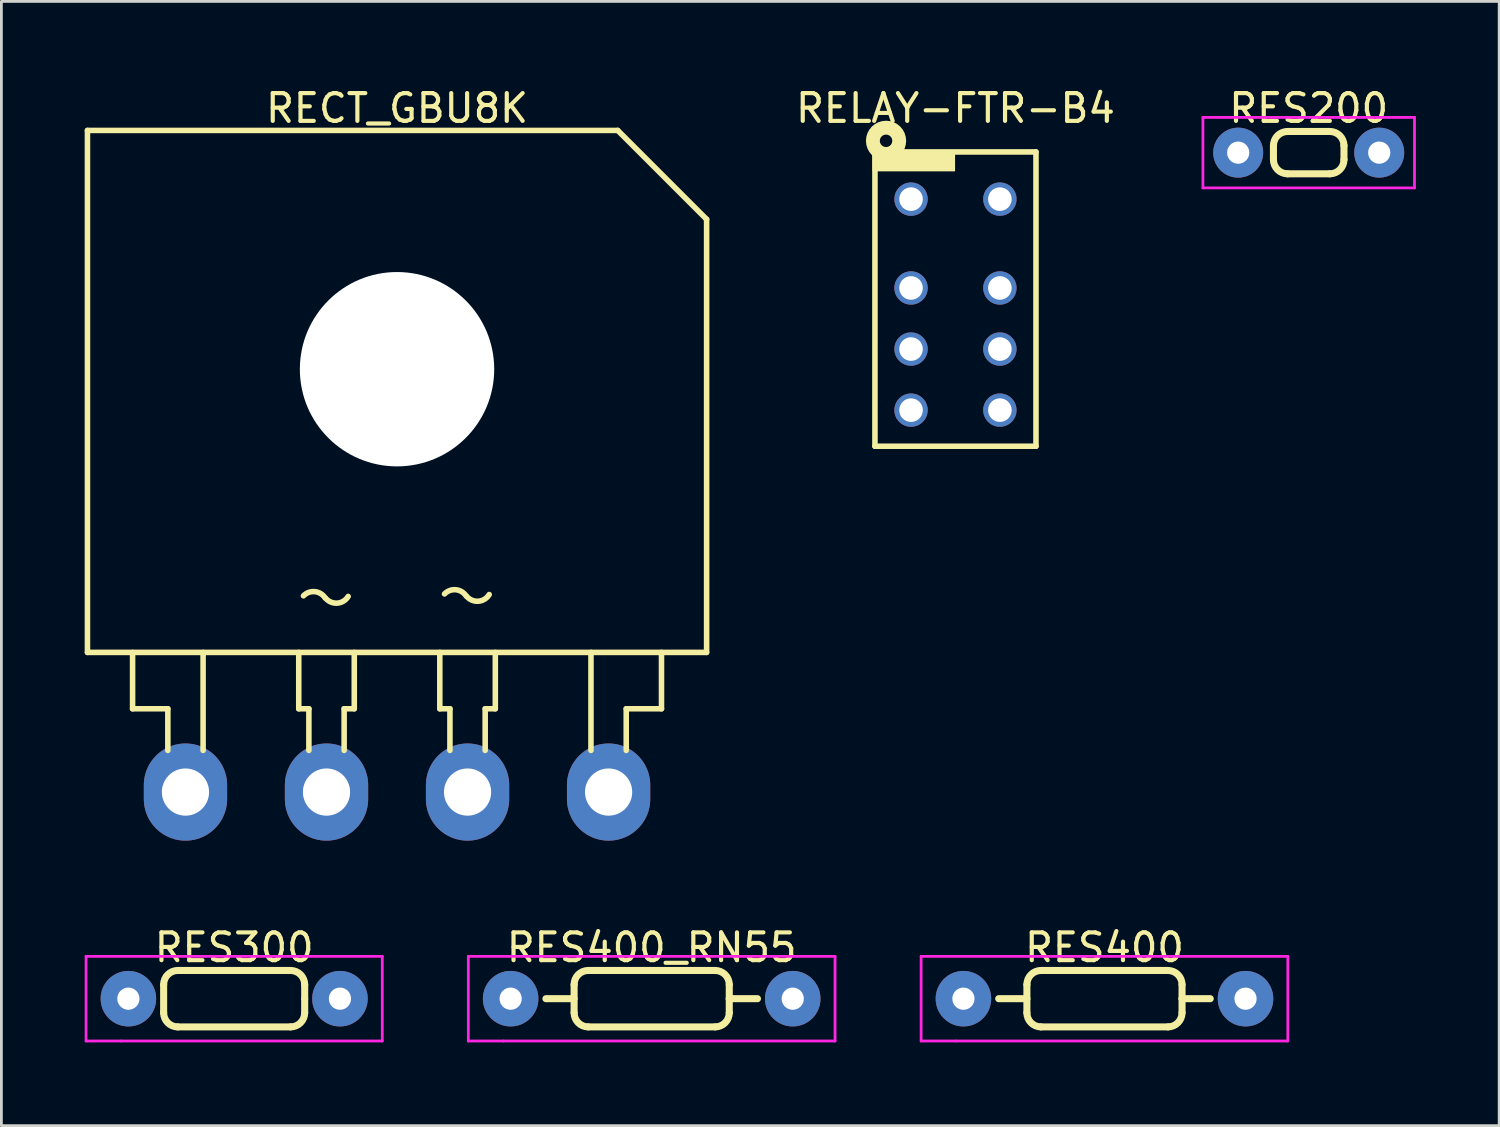
<source format=kicad_pcb>
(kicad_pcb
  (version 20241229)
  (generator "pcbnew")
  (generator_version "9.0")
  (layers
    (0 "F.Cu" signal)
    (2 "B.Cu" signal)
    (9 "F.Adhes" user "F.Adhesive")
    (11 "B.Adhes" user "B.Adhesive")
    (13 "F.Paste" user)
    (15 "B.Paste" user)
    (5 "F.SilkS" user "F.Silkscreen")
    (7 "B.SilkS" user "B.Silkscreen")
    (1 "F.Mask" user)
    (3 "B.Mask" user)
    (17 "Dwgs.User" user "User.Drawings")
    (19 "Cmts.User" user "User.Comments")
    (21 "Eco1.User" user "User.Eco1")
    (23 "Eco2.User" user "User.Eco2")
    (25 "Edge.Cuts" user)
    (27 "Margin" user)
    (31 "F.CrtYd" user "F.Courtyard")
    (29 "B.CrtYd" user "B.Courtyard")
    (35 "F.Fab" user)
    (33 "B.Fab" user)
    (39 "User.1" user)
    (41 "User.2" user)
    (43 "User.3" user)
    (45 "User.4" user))
  (footprint "RES400_RN55"
    (layer "F.Cu")
    (at 20.422 32.92)
    (property "Reference" "RES400_RN55" (at 0 -1.843 0) (layer "F.SilkS") (effects (font (size 1 1) (thickness 0.15))))
    (fp_line (start -3.81 0) (end -2.794 0) (stroke (width 0.254) (type solid)) (layer "F.SilkS"))
    (fp_line (start -2.794 0.508) (end -2.794 -0.508) (stroke (width 0.254) (type solid)) (layer "F.SilkS"))
    (fp_line (start -2.286 -1.016) (end 2.286 -1.016) (stroke (width 0.254) (type solid)) (layer "F.SilkS"))
    (fp_line (start -2.286 1.016) (end 2.286 1.016) (stroke (width 0.254) (type solid)) (layer "F.SilkS"))
    (fp_line (start 2.794 0) (end 2.794 -0.508) (stroke (width 0.254) (type solid)) (layer "F.SilkS"))
    (fp_line (start 2.794 0) (end 3.81 0) (stroke (width 0.254) (type solid)) (layer "F.SilkS"))
    (fp_line (start 2.794 0.508) (end 2.794 0) (stroke (width 0.254) (type solid)) (layer "F.SilkS"))
    (fp_arc (start -2.794 -0.508) (mid -2.64521 -0.86721) (end -2.286 -1.016) (stroke (width 0.254) (type solid)) (layer "F.SilkS"))
    (fp_arc (start -2.286 1.016) (mid -2.64521 0.86721) (end -2.794 0.508) (stroke (width 0.254) (type solid)) (layer "F.SilkS"))
    (fp_arc (start 2.286 -1.016) (mid 2.64521 -0.86721) (end 2.794 -0.508) (stroke (width 0.254) (type solid)) (layer "F.SilkS"))
    (fp_arc (start 2.794 0.508) (mid 2.64521 0.86721) (end 2.286 1.016) (stroke (width 0.254) (type solid)) (layer "F.SilkS"))
    (fp_line (start -6.604 -1.524) (end 6.604 -1.524) (stroke (width 0.1) (type solid)) (layer "F.CrtYd"))
    (fp_line (start -6.604 1.524) (end -6.604 -1.524) (stroke (width 0.1) (type solid)) (layer "F.CrtYd"))
    (fp_line (start -6.604 1.524) (end -5.334 1.524) (stroke (width 0.1) (type solid)) (layer "F.CrtYd"))
    (fp_line (start -5.334 1.524) (end 6.604 1.524) (stroke (width 0.1) (type solid)) (layer "F.CrtYd"))
    (fp_line (start 6.604 1.524) (end 6.604 -1.524) (stroke (width 0.1) (type solid)) (layer "F.CrtYd"))
    (pad "1" thru_hole circle (at -5.08 0) (size 2 2) (drill 0.8) (layers "*.Cu" "*.Mask"))
    (pad "2" thru_hole circle (at 5.08 0) (size 2 2) (drill 0.8) (layers "*.Cu" "*.Mask")))
  (footprint "RES200"
    (layer "F.Cu")
    (at 44.086 2.448)
    (property "Reference" "RES200" (at 0 -1.6 0) (layer "F.SilkS") (effects (font (size 1 1) (thickness 0.15))))
    (fp_line (start -1.27 0.254) (end -1.27 -0.254) (stroke (width 0.254) (type solid)) (layer "F.SilkS"))
    (fp_line (start -0.762 -0.762) (end 0.762 -0.762) (stroke (width 0.254) (type solid)) (layer "F.SilkS"))
    (fp_line (start -0.762 0.762) (end 0.762 0.762) (stroke (width 0.254) (type solid)) (layer "F.SilkS"))
    (fp_line (start 1.27 0.254) (end 1.27 -0.254) (stroke (width 0.254) (type solid)) (layer "F.SilkS"))
    (fp_arc (start -1.27 -0.254) (mid -1.12121 -0.61321) (end -0.762 -0.762) (stroke (width 0.254) (type solid)) (layer "F.SilkS"))
    (fp_arc (start -0.762 0.762) (mid -1.12121 0.61321) (end -1.27 0.254) (stroke (width 0.254) (type solid)) (layer "F.SilkS"))
    (fp_arc (start 0.762 -0.762) (mid 1.12121 -0.61321) (end 1.27 -0.254) (stroke (width 0.254) (type solid)) (layer "F.SilkS"))
    (fp_arc (start 1.27 0.254) (mid 1.12121 0.61321) (end 0.762 0.762) (stroke (width 0.254) (type solid)) (layer "F.SilkS"))
    (fp_line (start -3.81 -1.27) (end 3.81 -1.27) (stroke (width 0.1) (type solid)) (layer "F.CrtYd"))
    (fp_line (start -3.81 1.27) (end -3.81 -1.27) (stroke (width 0.1) (type solid)) (layer "F.CrtYd"))
    (fp_line (start -3.81 1.27) (end 3.81 1.27) (stroke (width 0.1) (type solid)) (layer "F.CrtYd"))
    (fp_line (start 3.81 1.27) (end 3.81 -1.27) (stroke (width 0.1) (type solid)) (layer "F.CrtYd"))
    (pad "1" thru_hole circle (at -2.54 0) (size 1.8 1.8) (drill 0.8) (layers "*.Cu" "*.Mask"))
    (pad "2" thru_hole circle (at 2.54 0) (size 1.8 1.8) (drill 0.8) (layers "*.Cu" "*.Mask")))
  (footprint "RELAY-FTR-B4"
    (layer "F.Cu")
    (at 29.763 4.122)
    (property "Reference" "RELAY-FTR-B4" (at 1.6 -3.274 0) (layer "F.SilkS") (effects (font (size 1 1) (thickness 0.15))))
    (fp_line (start -1.3 -1.7) (end 4.5 -1.7) (stroke (width 0.2) (type solid)) (layer "F.SilkS"))
    (fp_line (start -1.3 8.9) (end -1.3 -1.7) (stroke (width 0.2) (type solid)) (layer "F.SilkS"))
    (fp_line (start -1.3 8.9) (end 4.5 8.9) (stroke (width 0.2) (type solid)) (layer "F.SilkS"))
    (fp_line (start 4.5 8.9) (end 4.5 -1.7) (stroke (width 0.2) (type solid)) (layer "F.SilkS"))
    (fp_circle (center -0.9 -2.1) (end -0.9 -2.324) (stroke (width 0.5) (type solid)) (fill no) (layer "F.SilkS"))
    (fp_poly (pts (xy 1.586 -1.7) (xy 1.586 -1) (xy -1.386 -1) (xy -1.386 -1.7)) (stroke (width 0) (type default)) (fill yes) (layer "F.SilkS"))
    (pad "1" thru_hole circle (at 0 0) (size 1.2 1.2) (drill 0.85) (layers "*.Cu" "*.Mask"))
    (pad "2" thru_hole circle (at 0 3.2) (size 1.2 1.2) (drill 0.85) (layers "*.Cu" "*.Mask"))
    (pad "3" thru_hole circle (at 0 5.4) (size 1.2 1.2) (drill 0.85) (layers "*.Cu" "*.Mask"))
    (pad "4" thru_hole circle (at 0 7.6) (size 1.2 1.2) (drill 0.85) (layers "*.Cu" "*.Mask"))
    (pad "5" thru_hole circle (at 3.2 7.6) (size 1.2 1.2) (drill 0.85) (layers "*.Cu" "*.Mask"))
    (pad "6" thru_hole circle (at 3.2 5.4) (size 1.2 1.2) (drill 0.85) (layers "*.Cu" "*.Mask"))
    (pad "7" thru_hole circle (at 3.2 3.2) (size 1.2 1.2) (drill 0.85) (layers "*.Cu" "*.Mask"))
    (pad "8" thru_hole circle (at 3.2 0) (size 1.2 1.2) (drill 0.85) (layers "*.Cu" "*.Mask")))
  (footprint "RES400"
    (layer "F.Cu")
    (at 36.73 32.92)
    (property "Reference" "RES400" (at 0 -1.843 0) (layer "F.SilkS") (effects (font (size 1 1) (thickness 0.15))))
    (fp_line (start -3.81 0) (end -2.794 0) (stroke (width 0.254) (type solid)) (layer "F.SilkS"))
    (fp_line (start -2.794 0.508) (end -2.794 -0.508) (stroke (width 0.254) (type solid)) (layer "F.SilkS"))
    (fp_line (start -2.286 -1.016) (end 2.286 -1.016) (stroke (width 0.254) (type solid)) (layer "F.SilkS"))
    (fp_line (start -2.286 1.016) (end 2.286 1.016) (stroke (width 0.254) (type solid)) (layer "F.SilkS"))
    (fp_line (start 2.794 0) (end 2.794 -0.508) (stroke (width 0.254) (type solid)) (layer "F.SilkS"))
    (fp_line (start 2.794 0) (end 3.81 0) (stroke (width 0.254) (type solid)) (layer "F.SilkS"))
    (fp_line (start 2.794 0.508) (end 2.794 0) (stroke (width 0.254) (type solid)) (layer "F.SilkS"))
    (fp_arc (start -2.794 -0.508) (mid -2.64521 -0.86721) (end -2.286 -1.016) (stroke (width 0.254) (type solid)) (layer "F.SilkS"))
    (fp_arc (start -2.286 1.016) (mid -2.64521 0.86721) (end -2.794 0.508) (stroke (width 0.254) (type solid)) (layer "F.SilkS"))
    (fp_arc (start 2.286 -1.016) (mid 2.64521 -0.86721) (end 2.794 -0.508) (stroke (width 0.254) (type solid)) (layer "F.SilkS"))
    (fp_arc (start 2.794 0.508) (mid 2.64521 0.86721) (end 2.286 1.016) (stroke (width 0.254) (type solid)) (layer "F.SilkS"))
    (fp_line (start -6.604 -1.524) (end 6.604 -1.524) (stroke (width 0.1) (type solid)) (layer "F.CrtYd"))
    (fp_line (start -6.604 1.524) (end -6.604 -1.524) (stroke (width 0.1) (type solid)) (layer "F.CrtYd"))
    (fp_line (start -6.604 1.524) (end -5.334 1.524) (stroke (width 0.1) (type solid)) (layer "F.CrtYd"))
    (fp_line (start -5.334 1.524) (end 6.604 1.524) (stroke (width 0.1) (type solid)) (layer "F.CrtYd"))
    (fp_line (start 6.604 1.524) (end 6.604 -1.524) (stroke (width 0.1) (type solid)) (layer "F.CrtYd"))
    (pad "1" thru_hole circle (at -5.08 0) (size 2 2) (drill 0.8) (layers "*.Cu" "*.Mask"))
    (pad "2" thru_hole circle (at 5.08 0) (size 2 2) (drill 0.8) (layers "*.Cu" "*.Mask")))
  (footprint "RES300"
    (layer "F.Cu")
    (at 5.384 32.92)
    (property "Reference" "RES300" (at 0 -1.843 0) (layer "F.SilkS") (effects (font (size 1 1) (thickness 0.15))))
    (fp_line (start -2.54 0.508) (end -2.54 -0.508) (stroke (width 0.254) (type solid)) (layer "F.SilkS"))
    (fp_line (start -2.032 -1.016) (end 2.032 -1.016) (stroke (width 0.254) (type solid)) (layer "F.SilkS"))
    (fp_line (start -2.032 1.016) (end 2.032 1.016) (stroke (width 0.254) (type solid)) (layer "F.SilkS"))
    (fp_line (start 2.54 0) (end 2.54 -0.508) (stroke (width 0.254) (type solid)) (layer "F.SilkS"))
    (fp_line (start 2.54 0.508) (end 2.54 0) (stroke (width 0.254) (type solid)) (layer "F.SilkS"))
    (fp_arc (start -2.54 -0.508) (mid -2.39121 -0.86721) (end -2.032 -1.016) (stroke (width 0.254) (type solid)) (layer "F.SilkS"))
    (fp_arc (start -2.032 1.016) (mid -2.39121 0.86721) (end -2.54 0.508) (stroke (width 0.254) (type solid)) (layer "F.SilkS"))
    (fp_arc (start 2.032 -1.016) (mid 2.39121 -0.86721) (end 2.54 -0.508) (stroke (width 0.254) (type solid)) (layer "F.SilkS"))
    (fp_arc (start 2.54 0.508) (mid 2.39121 0.86721) (end 2.032 1.016) (stroke (width 0.254) (type solid)) (layer "F.SilkS"))
    (fp_line (start -5.334 -1.524) (end 5.334 -1.524) (stroke (width 0.1) (type solid)) (layer "F.CrtYd"))
    (fp_line (start -5.334 1.524) (end -5.334 -1.524) (stroke (width 0.1) (type solid)) (layer "F.CrtYd"))
    (fp_line (start -5.334 1.524) (end -4.064 1.524) (stroke (width 0.1) (type solid)) (layer "F.CrtYd"))
    (fp_line (start -4.064 1.524) (end 5.334 1.524) (stroke (width 0.1) (type solid)) (layer "F.CrtYd"))
    (fp_line (start 5.334 1.524) (end 5.334 -1.524) (stroke (width 0.1) (type solid)) (layer "F.CrtYd"))
    (pad "1" thru_hole circle (at -3.81 0) (size 2 2) (drill 0.8) (layers "*.Cu" "*.Mask"))
    (pad "2" thru_hole circle (at 3.81 0) (size 2 2) (drill 0.8) (layers "*.Cu" "*.Mask")))
  (footprint "RECT_GBU8K"
    (layer "F.Cu")
    (at 11.25 10.248)
    (property "Reference" "RECT_GBU8K" (at 0 -9.4 0) (layer "F.SilkS") (effects (font (size 1 1) (thickness 0.15))))
    (fp_line (start -11.15 -8.6) (end 7.95 -8.6) (stroke (width 0.2) (type solid)) (layer "F.SilkS"))
    (fp_line (start -11.15 10.2) (end -11.15 -8.6) (stroke (width 0.2) (type solid)) (layer "F.SilkS"))
    (fp_line (start -11.15 10.2) (end 11.15 10.2) (stroke (width 0.2) (type solid)) (layer "F.SilkS"))
    (fp_line (start -9.525 12.23) (end -9.525 10.2) (stroke (width 0.2) (type solid)) (layer "F.SilkS"))
    (fp_line (start -9.525 12.23) (end -8.255 12.23) (stroke (width 0.2) (type solid)) (layer "F.SilkS"))
    (fp_line (start -8.255 13.73) (end -8.255 12.23) (stroke (width 0.2) (type solid)) (layer "F.SilkS"))
    (fp_line (start -6.985 13.73) (end -6.985 10.2) (stroke (width 0.2) (type solid)) (layer "F.SilkS"))
    (fp_line (start -3.54 12.23) (end -3.54 10.2) (stroke (width 0.2) (type solid)) (layer "F.SilkS"))
    (fp_line (start -3.54 12.23) (end -3.175 12.23) (stroke (width 0.2) (type solid)) (layer "F.SilkS"))
    (fp_line (start -3.175 13.73) (end -3.175 12.23) (stroke (width 0.2) (type solid)) (layer "F.SilkS"))
    (fp_line (start -1.905 12.23) (end -1.54 12.23) (stroke (width 0.2) (type solid)) (layer "F.SilkS"))
    (fp_line (start -1.905 13.73) (end -1.905 12.23) (stroke (width 0.2) (type solid)) (layer "F.SilkS"))
    (fp_line (start -1.54 12.23) (end -1.54 10.2) (stroke (width 0.2) (type solid)) (layer "F.SilkS"))
    (fp_line (start 1.54 12.23) (end 1.54 10.2) (stroke (width 0.2) (type solid)) (layer "F.SilkS"))
    (fp_line (start 1.54 12.23) (end 1.905 12.23) (stroke (width 0.2) (type solid)) (layer "F.SilkS"))
    (fp_line (start 1.905 13.73) (end 1.905 12.23) (stroke (width 0.2) (type solid)) (layer "F.SilkS"))
    (fp_line (start 3.175 12.23) (end 3.54 12.23) (stroke (width 0.2) (type solid)) (layer "F.SilkS"))
    (fp_line (start 3.175 13.73) (end 3.175 12.23) (stroke (width 0.2) (type solid)) (layer "F.SilkS"))
    (fp_line (start 3.54 12.23) (end 3.54 10.2) (stroke (width 0.2) (type solid)) (layer "F.SilkS"))
    (fp_line (start 6.985 13.73) (end 6.985 10.2) (stroke (width 0.2) (type solid)) (layer "F.SilkS"))
    (fp_line (start 7.95 -8.6) (end 11.15 -5.4) (stroke (width 0.2) (type solid)) (layer "F.SilkS"))
    (fp_line (start 8.255 12.23) (end 9.525 12.23) (stroke (width 0.2) (type solid)) (layer "F.SilkS"))
    (fp_line (start 8.255 13.73) (end 8.255 12.23) (stroke (width 0.2) (type solid)) (layer "F.SilkS"))
    (fp_line (start 9.525 12.23) (end 9.525 10.2) (stroke (width 0.2) (type solid)) (layer "F.SilkS"))
    (fp_line (start 11.15 10.2) (end 11.15 -5.4) (stroke (width 0.2) (type solid)) (layer "F.SilkS"))
    (fp_arc (start -3.370159 8.161773) (mid -2.966279 8.010645) (end -2.595009 8.230003) (stroke (width 0.2) (type solid)) (layer "F.SilkS"))
    (fp_arc (start -1.760113 8.183717) (mid -2.148106 8.424806) (end -2.570114 8.249959) (stroke (width 0.2) (type solid)) (layer "F.SilkS"))
    (fp_arc (start 1.709851 8.093543) (mid 2.113731 7.942415) (end 2.485001 8.161773) (stroke (width 0.2) (type solid)) (layer "F.SilkS"))
    (fp_arc (start 3.319887 8.115487) (mid 2.931894 8.356576) (end 2.509886 8.181729) (stroke (width 0.2) (type solid)) (layer "F.SilkS"))
    (fp_line (start -11.15 -8.6) (end 7.95 -8.6) (stroke (width 0.1) (type solid)) (layer "Eco2.User"))
    (fp_line (start -11.15 10.2) (end -11.15 -8.6) (stroke (width 0.1) (type solid)) (layer "Eco2.User"))
    (fp_line (start -11.15 10.2) (end 11.15 10.2) (stroke (width 0.1) (type solid)) (layer "Eco2.User"))
    (fp_line (start -9.525 12.23) (end -9.525 10.2) (stroke (width 0.1) (type solid)) (layer "Eco2.User"))
    (fp_line (start -9.525 12.23) (end -8.255 12.23) (stroke (width 0.1) (type solid)) (layer "Eco2.User"))
    (fp_line (start -8.255 15.51) (end -8.255 12.23) (stroke (width 0.1) (type solid)) (layer "Eco2.User"))
    (fp_line (start -8.255 15.51) (end -6.985 15.51) (stroke (width 0.1) (type solid)) (layer "Eco2.User"))
    (fp_line (start -6.985 15.51) (end -6.985 10.2) (stroke (width 0.1) (type solid)) (layer "Eco2.User"))
    (fp_line (start -3.54 12.23) (end -3.54 10.2) (stroke (width 0.1) (type solid)) (layer "Eco2.User"))
    (fp_line (start -3.54 12.23) (end -3.175 12.23) (stroke (width 0.1) (type solid)) (layer "Eco2.User"))
    (fp_line (start -3.175 15.51) (end -3.175 12.23) (stroke (width 0.1) (type solid)) (layer "Eco2.User"))
    (fp_line (start -3.175 15.51) (end -1.905 15.51) (stroke (width 0.1) (type solid)) (layer "Eco2.User"))
    (fp_line (start -1.905 12.23) (end -1.54 12.23) (stroke (width 0.1) (type solid)) (layer "Eco2.User"))
    (fp_line (start -1.905 15.51) (end -1.905 12.23) (stroke (width 0.1) (type solid)) (layer "Eco2.User"))
    (fp_line (start -1.9 0.95) (end -1.9 -0.95) (stroke (width 0.1) (type solid)) (layer "Eco2.User"))
    (fp_line (start -1.54 12.23) (end -1.54 10.2) (stroke (width 0.1) (type solid)) (layer "Eco2.User"))
    (fp_line (start 1.54 12.23) (end 1.54 10.2) (stroke (width 0.1) (type solid)) (layer "Eco2.User"))
    (fp_line (start 1.54 12.23) (end 1.905 12.23) (stroke (width 0.1) (type solid)) (layer "Eco2.User"))
    (fp_line (start 1.9 0.95) (end 1.9 -0.95) (stroke (width 0.1) (type solid)) (layer "Eco2.User"))
    (fp_line (start 1.905 15.51) (end 1.905 12.23) (stroke (width 0.1) (type solid)) (layer "Eco2.User"))
    (fp_line (start 1.905 15.51) (end 3.175 15.51) (stroke (width 0.1) (type solid)) (layer "Eco2.User"))
    (fp_line (start 3.175 12.23) (end 3.54 12.23) (stroke (width 0.1) (type solid)) (layer "Eco2.User"))
    (fp_line (start 3.175 15.51) (end 3.175 12.23) (stroke (width 0.1) (type solid)) (layer "Eco2.User"))
    (fp_line (start 3.54 12.23) (end 3.54 10.2) (stroke (width 0.1) (type solid)) (layer "Eco2.User"))
    (fp_line (start 6.985 15.51) (end 6.985 10.2) (stroke (width 0.1) (type solid)) (layer "Eco2.User"))
    (fp_line (start 6.985 15.51) (end 8.255 15.51) (stroke (width 0.1) (type solid)) (layer "Eco2.User"))
    (fp_line (start 7.95 -8.6) (end 11.15 -5.4) (stroke (width 0.1) (type solid)) (layer "Eco2.User"))
    (fp_line (start 8.255 12.23) (end 9.525 12.23) (stroke (width 0.1) (type solid)) (layer "Eco2.User"))
    (fp_line (start 8.255 15.51) (end 8.255 12.23) (stroke (width 0.1) (type solid)) (layer "Eco2.User"))
    (fp_line (start 9.525 12.23) (end 9.525 10.2) (stroke (width 0.1) (type solid)) (layer "Eco2.User"))
    (fp_line (start 11.15 10.2) (end 11.15 -5.4) (stroke (width 0.1) (type solid)) (layer "Eco2.User"))
    (fp_arc (start -3.370159 8.161773) (mid -2.966279 8.010645) (end -2.595009 8.230003) (stroke (width 0.2) (type solid)) (layer "Eco2.User"))
    (fp_arc (start -1.9 -0.95001) (mid 0 -2.85001) (end 1.9 -0.95001) (stroke (width 0.1) (type solid)) (layer "Eco2.User"))
    (fp_arc (start -1.760113 8.183717) (mid -2.148106 8.424806) (end -2.570114 8.249959) (stroke (width 0.2) (type solid)) (layer "Eco2.User"))
    (fp_arc (start 1.709851 8.093543) (mid 2.113731 7.942415) (end 2.485001 8.161773) (stroke (width 0.2) (type solid)) (layer "Eco2.User"))
    (fp_arc (start 1.9 0.94999) (mid 0 2.84999) (end -1.9 0.94999) (stroke (width 0.1) (type solid)) (layer "Eco2.User"))
    (fp_arc (start 3.319887 8.115487) (mid 2.931894 8.356576) (end 2.509886 8.181729) (stroke (width 0.2) (type solid)) (layer "Eco2.User"))
    (fp_circle (center 0 0) (end 0 -0.18) (stroke (width 1) (type solid)) (fill no) (layer "Eco2.User"))
    (fp_line (start -8.62 15.23) (end -7.62 15.23) (stroke (width 0.1) (type solid)) (layer "User.8"))
    (fp_line (start -7.62 15.23) (end -7.62 14.23) (stroke (width 0.1) (type solid)) (layer "User.8"))
    (fp_line (start -7.62 15.23) (end -6.62 15.23) (stroke (width 0.1) (type solid)) (layer "User.8"))
    (fp_line (start -7.62 16.23) (end -7.62 15.23) (stroke (width 0.1) (type solid)) (layer "User.8"))
    (fp_line (start -3.54 15.23) (end -2.54 15.23) (stroke (width 0.1) (type solid)) (layer "User.8"))
    (fp_line (start -2.54 15.23) (end -2.54 14.23) (stroke (width 0.1) (type solid)) (layer "User.8"))
    (fp_line (start -2.54 15.23) (end -1.54 15.23) (stroke (width 0.1) (type solid)) (layer "User.8"))
    (fp_line (start -2.54 16.23) (end -2.54 15.23) (stroke (width 0.1) (type solid)) (layer "User.8"))
    (fp_line (start -1 -0.00001) (end 0 -0.00001) (stroke (width 0.1) (type solid)) (layer "User.8"))
    (fp_line (start 0 -0.00001) (end 0 -1) (stroke (width 0.1) (type solid)) (layer "User.8"))
    (fp_line (start 0 -0.00001) (end 1 -0.00001) (stroke (width 0.1) (type solid)) (layer "User.8"))
    (fp_line (start 0 1) (end 0 -0.00001) (stroke (width 0.1) (type solid)) (layer "User.8"))
    (fp_line (start 1.54 15.23) (end 2.54 15.23) (stroke (width 0.1) (type solid)) (layer "User.8"))
    (fp_line (start 2.54 15.23) (end 2.54 14.23) (stroke (width 0.1) (type solid)) (layer "User.8"))
    (fp_line (start 2.54 15.23) (end 3.54 15.23) (stroke (width 0.1) (type solid)) (layer "User.8"))
    (fp_line (start 2.54 16.23) (end 2.54 15.23) (stroke (width 0.1) (type solid)) (layer "User.8"))
    (fp_line (start 6.62 15.23) (end 7.62 15.23) (stroke (width 0.1) (type solid)) (layer "User.8"))
    (fp_line (start 7.62 15.23) (end 7.62 14.23) (stroke (width 0.1) (type solid)) (layer "User.8"))
    (fp_line (start 7.62 15.23) (end 8.62 15.23) (stroke (width 0.1) (type solid)) (layer "User.8"))
    (fp_line (start 7.62 16.23) (end 7.62 15.23) (stroke (width 0.1) (type solid)) (layer "User.8"))
    (fp_text_box "" (start 6.897 9.11) (end 6.897 9.11) (margins 1.7 1.7 1.7 1.7) (layer "F.Cu") (effects (font (size 2.2 2) (thickness 0.2)) (justify left bottom)) (border yes) (stroke (width 0.1) (type default)))
    (fp_text_box "" (start -8.5 9.23) (end -8.5 9.23) (margins 1.7 1.7 1.7 1.7) (layer "F.Cu") (effects (font (size 2.2 2) (thickness 0.2)) (justify left bottom)) (border yes) (stroke (width 0.1) (type default)))
    (fp_text_box "" (start 6.897 9.11) (end 6.897 9.11) (margins 1.7 1.7 1.7 1.7) (layer "F.Cu") (effects (font (size 2.2 2) (thickness 0.2)) (justify left bottom)) (border yes) (stroke (width 0.1) (type default)))
    (fp_text_box "" (start -8.5 9.23) (end -8.5 9.23) (margins 1.7 1.7 1.7 1.7) (layer "F.Cu") (effects (font (size 2.2 2) (thickness 0.2)) (justify left bottom)) (border yes) (stroke (width 0.1) (type default)))
    (pad "" np_thru_hole circle (at 0 0) (size 7 7) (drill 7) (layers "*.Cu" "*.Mask"))
    (pad "1" thru_hole oval (at 7.62 15.23) (size 3 3.5) (drill 1.7) (layers "*.Cu" "*.Mask"))
    (pad "2" thru_hole oval (at 2.54 15.23) (size 3 3.5) (drill 1.7) (layers "*.Cu" "*.Mask"))
    (pad "3" thru_hole oval (at -2.54 15.23) (size 3 3.5) (drill 1.7) (layers "*.Cu" "*.Mask"))
    (pad "4" thru_hole oval (at -7.62 15.23) (size 3 3.5) (drill 1.7) (layers "*.Cu" "*.Mask")))
  (gr_rect
    (start -3 -3)
    (end 50.946 37.494)
    (stroke (width 0.1) (type default))
    (fill no)
    (layer "Edge.Cuts")))
</source>
